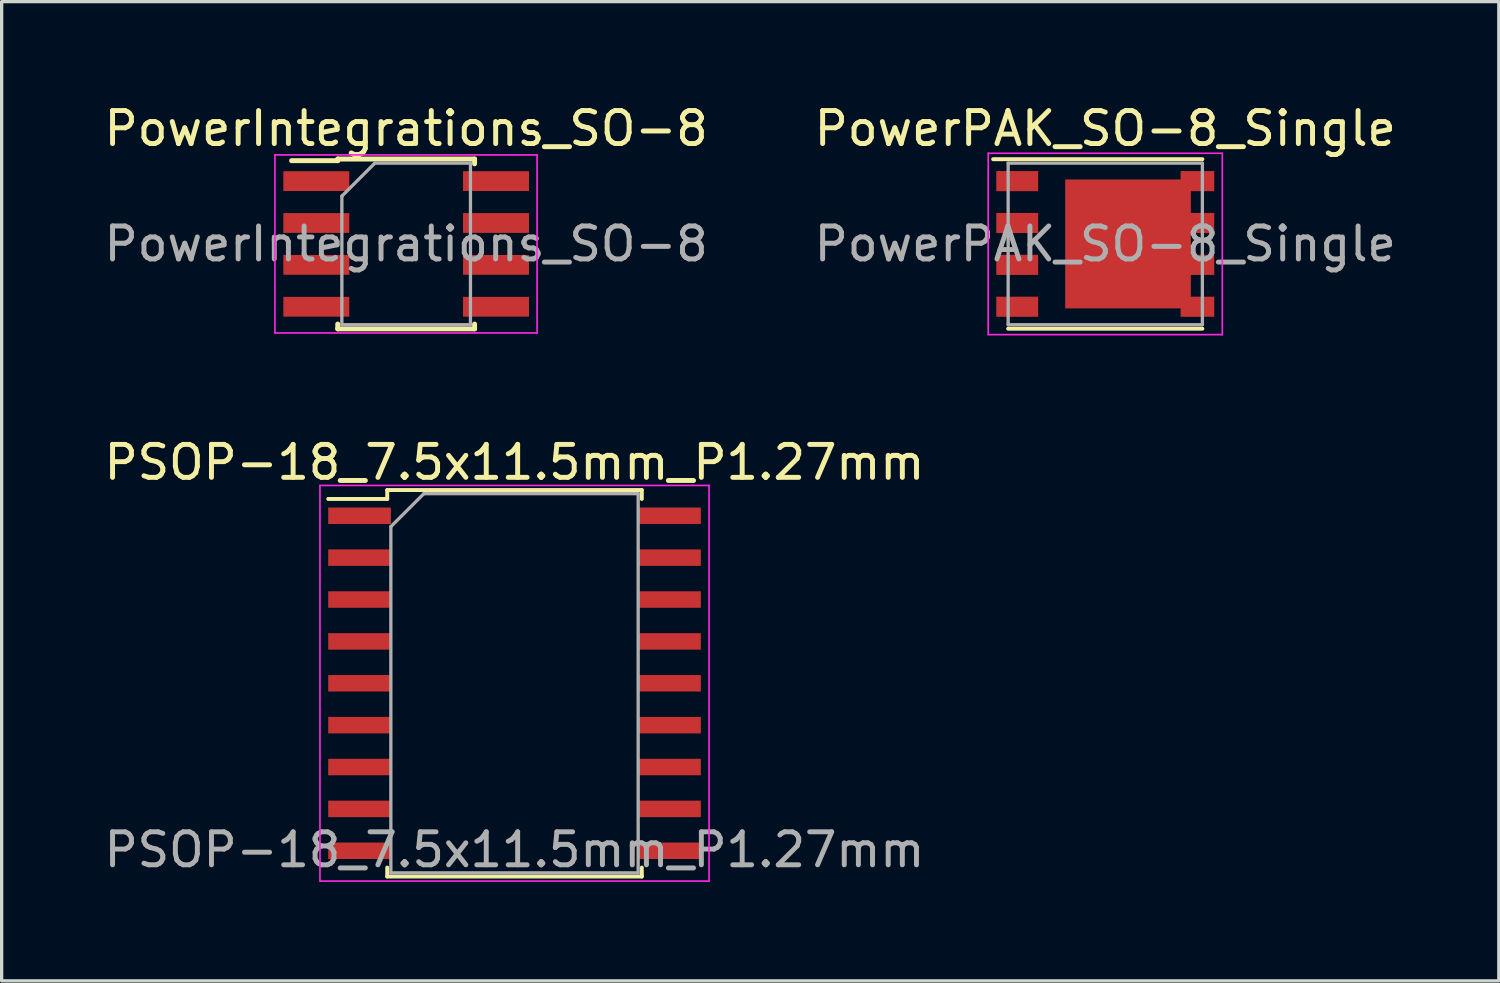
<source format=kicad_pcb>
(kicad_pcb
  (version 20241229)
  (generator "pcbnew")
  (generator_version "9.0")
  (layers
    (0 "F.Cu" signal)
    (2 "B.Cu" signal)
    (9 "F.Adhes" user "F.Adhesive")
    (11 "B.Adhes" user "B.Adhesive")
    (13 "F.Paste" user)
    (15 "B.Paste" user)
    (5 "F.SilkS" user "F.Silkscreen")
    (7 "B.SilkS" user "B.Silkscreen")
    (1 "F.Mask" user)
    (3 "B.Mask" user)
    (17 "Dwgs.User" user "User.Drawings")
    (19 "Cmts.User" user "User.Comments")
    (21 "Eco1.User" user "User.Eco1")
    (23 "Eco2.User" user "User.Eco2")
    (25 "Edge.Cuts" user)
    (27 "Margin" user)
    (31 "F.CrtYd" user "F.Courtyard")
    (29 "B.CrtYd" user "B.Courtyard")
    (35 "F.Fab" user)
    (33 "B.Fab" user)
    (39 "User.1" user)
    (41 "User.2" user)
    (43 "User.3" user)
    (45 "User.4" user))
  (footprint "PowerIntegrations_SO-8"
    (layer "F.Cu")
    (at 9.268 4.348)
    (property "Reference" "PowerIntegrations_SO-8" (at 0 -3.5 0) (layer "F.SilkS") (effects (font (size 1 1) (thickness 0.15))))
    (attr smd)
    (fp_line (start -2.075 -2.575) (end -2.075 -2.525) (stroke (width 0.15) (type solid)) (layer "F.SilkS"))
    (fp_line (start -2.075 -2.575) (end 2.075 -2.575) (stroke (width 0.15) (type solid)) (layer "F.SilkS"))
    (fp_line (start -2.075 -2.525) (end -3.475 -2.525) (stroke (width 0.15) (type solid)) (layer "F.SilkS"))
    (fp_line (start -2.075 2.575) (end -2.075 2.43) (stroke (width 0.15) (type solid)) (layer "F.SilkS"))
    (fp_line (start -2.075 2.575) (end 2.075 2.575) (stroke (width 0.15) (type solid)) (layer "F.SilkS"))
    (fp_line (start 2.075 -2.575) (end 2.075 -2.43) (stroke (width 0.15) (type solid)) (layer "F.SilkS"))
    (fp_line (start 2.075 2.575) (end 2.075 2.43) (stroke (width 0.15) (type solid)) (layer "F.SilkS"))
    (fp_line (start -3.98 -2.7) (end -3.98 2.7) (stroke (width 0.05) (type solid)) (layer "F.CrtYd"))
    (fp_line (start -3.98 -2.7) (end 3.97 -2.7) (stroke (width 0.05) (type solid)) (layer "F.CrtYd"))
    (fp_line (start 3.97 2.7) (end -3.98 2.7) (stroke (width 0.05) (type solid)) (layer "F.CrtYd"))
    (fp_line (start 3.97 2.7) (end 3.97 -2.7) (stroke (width 0.05) (type solid)) (layer "F.CrtYd"))
    (fp_line (start -1.95 -1.45) (end -0.95 -2.45) (stroke (width 0.1) (type solid)) (layer "F.Fab"))
    (fp_line (start -1.95 2.45) (end -1.95 -1.45) (stroke (width 0.1) (type solid)) (layer "F.Fab"))
    (fp_line (start -0.95 -2.45) (end 1.95 -2.45) (stroke (width 0.1) (type solid)) (layer "F.Fab"))
    (fp_line (start 1.95 -2.45) (end 1.95 2.45) (stroke (width 0.1) (type solid)) (layer "F.Fab"))
    (fp_line (start 1.95 2.45) (end -1.95 2.45) (stroke (width 0.1) (type solid)) (layer "F.Fab"))
    (fp_text user "${REFERENCE}" (at 0 0 0) (layer "F.Fab") (effects (font (size 1 1) (thickness 0.15))))
    (pad "1" smd rect (at -2.725 -1.905) (size 2 0.6) (layers "F.Cu" "F.Mask" "F.Paste"))
    (pad "2" smd rect (at -2.725 -0.635) (size 2 0.6) (layers "F.Cu" "F.Mask" "F.Paste"))
    (pad "3" smd rect (at -2.725 0.635) (size 2 0.6) (layers "F.Cu" "F.Mask" "F.Paste"))
    (pad "4" smd rect (at -2.725 1.905) (size 2 0.6) (layers "F.Cu" "F.Mask" "F.Paste"))
    (pad "5" smd rect (at 2.725 1.905) (size 2 0.6) (layers "F.Cu" "F.Mask" "F.Paste"))
    (pad "6" smd rect (at 2.725 0.635) (size 2 0.6) (layers "F.Cu" "F.Mask" "F.Paste"))
    (pad "7" smd rect (at 2.725 -0.635) (size 2 0.6) (layers "F.Cu" "F.Mask" "F.Paste"))
    (pad "8" smd rect (at 2.725 -1.905) (size 2 0.6) (layers "F.Cu" "F.Mask" "F.Paste")))
  (footprint "PowerPAK_SO-8_Single"
    (layer "F.Cu")
    (at 30.47 4.348)
    (property "Reference" "PowerPAK_SO-8_Single" (at 0 -3.5 0) (layer "F.SilkS") (effects (font (size 1 1) (thickness 0.15))))
    (attr smd)
    (fp_line (start -3.4 -2.57) (end 2.945 -2.57) (stroke (width 0.12) (type solid)) (layer "F.SilkS"))
    (fp_line (start -2.945 2.57) (end 2.945 2.57) (stroke (width 0.12) (type solid)) (layer "F.SilkS"))
    (fp_line (start -3.55 -2.75) (end -3.55 2.75) (stroke (width 0.05) (type solid)) (layer "F.CrtYd"))
    (fp_line (start -3.55 -2.75) (end 3.55 -2.75) (stroke (width 0.05) (type solid)) (layer "F.CrtYd"))
    (fp_line (start -3.55 2.75) (end 3.55 2.75) (stroke (width 0.05) (type solid)) (layer "F.CrtYd"))
    (fp_line (start 3.55 -2.75) (end 3.55 2.75) (stroke (width 0.05) (type solid)) (layer "F.CrtYd"))
    (fp_line (start -2.945 -2.45) (end 2.945 -2.45) (stroke (width 0.1) (type solid)) (layer "F.Fab"))
    (fp_line (start -2.945 2.45) (end -2.945 -2.45) (stroke (width 0.1) (type solid)) (layer "F.Fab"))
    (fp_line (start 2.945 -2.45) (end 2.945 2.45) (stroke (width 0.1) (type solid)) (layer "F.Fab"))
    (fp_line (start 2.945 2.45) (end -2.945 2.45) (stroke (width 0.1) (type solid)) (layer "F.Fab"))
    (fp_text user "${REFERENCE}" (at 0 0 0) (layer "F.Fab") (effects (font (size 1 1) (thickness 0.15))))
    (pad "1" smd rect (at -2.67 -1.905) (size 1.27 0.61) (layers "F.Cu" "F.Mask" "F.Paste"))
    (pad "2" smd rect (at -2.67 -0.635) (size 1.27 0.61) (layers "F.Cu" "F.Mask" "F.Paste"))
    (pad "3" smd rect (at -2.67 0.635) (size 1.27 0.61) (layers "F.Cu" "F.Mask" "F.Paste"))
    (pad "4" smd rect (at -2.67 1.905) (size 1.27 0.61) (layers "F.Cu" "F.Mask" "F.Paste"))
    (pad "5" smd rect (at 0.69 0) (size 3.81 3.91) (layers "F.Cu" "F.Mask" "F.Paste"))
    (pad "5" smd rect (at 2.795 -1.905) (size 1.02 0.61) (layers "F.Cu" "F.Mask" "F.Paste"))
    (pad "5" smd rect (at 2.795 -0.635) (size 1.02 0.61) (layers "F.Cu" "F.Mask" "F.Paste"))
    (pad "5" smd rect (at 2.795 0.635) (size 1.02 0.61) (layers "F.Cu" "F.Mask" "F.Paste"))
    (pad "5" smd rect (at 2.795 1.905) (size 1.02 0.61) (layers "F.Cu" "F.Mask" "F.Paste")))
  (footprint "PSOP-18_7.5x11.5mm_P1.27mm"
    (layer "F.Cu")
    (at 12.554 17.672)
    (property "Reference" "PSOP-18_7.5x11.5mm_P1.27mm" (at 0 -6.7 0) (layer "F.SilkS") (effects (font (size 1 1) (thickness 0.15))))
    (attr smd)
    (fp_line (start -5.65 -5.59) (end -3.86 -5.59) (stroke (width 0.12) (type solid)) (layer "F.SilkS"))
    (fp_line (start -3.86 -5.86) (end 3.86 -5.86) (stroke (width 0.12) (type solid)) (layer "F.SilkS"))
    (fp_line (start -3.86 -5.59) (end -3.86 -5.86) (stroke (width 0.12) (type solid)) (layer "F.SilkS"))
    (fp_line (start -3.86 5.59) (end -3.86 5.86) (stroke (width 0.12) (type solid)) (layer "F.SilkS"))
    (fp_line (start -3.86 5.86) (end 3.86 5.86) (stroke (width 0.12) (type solid)) (layer "F.SilkS"))
    (fp_line (start 3.86 -5.86) (end 3.86 -5.59) (stroke (width 0.12) (type solid)) (layer "F.SilkS"))
    (fp_line (start 3.86 5.86) (end 3.86 5.59) (stroke (width 0.12) (type solid)) (layer "F.SilkS"))
    (fp_line (start -5.9 -6) (end 5.9 -6) (stroke (width 0.05) (type solid)) (layer "F.CrtYd"))
    (fp_line (start -5.9 6) (end -5.9 -6) (stroke (width 0.05) (type solid)) (layer "F.CrtYd"))
    (fp_line (start 5.9 -6) (end 5.9 6) (stroke (width 0.05) (type solid)) (layer "F.CrtYd"))
    (fp_line (start 5.9 6) (end -5.9 6) (stroke (width 0.05) (type solid)) (layer "F.CrtYd"))
    (fp_line (start -3.75 -4.75) (end -2.75 -5.75) (stroke (width 0.1) (type solid)) (layer "F.Fab"))
    (fp_line (start -3.75 5.75) (end -3.75 -4.75) (stroke (width 0.1) (type solid)) (layer "F.Fab"))
    (fp_line (start -2.75 -5.75) (end 3.75 -5.75) (stroke (width 0.1) (type solid)) (layer "F.Fab"))
    (fp_line (start 3.75 -5.75) (end 3.75 5.75) (stroke (width 0.1) (type solid)) (layer "F.Fab"))
    (fp_line (start 3.75 5.75) (end -3.75 5.75) (stroke (width 0.1) (type solid)) (layer "F.Fab"))
    (fp_text user "${REFERENCE}" (at 0 5.05 0) (layer "F.Fab") (effects (font (size 1 1) (thickness 0.15))))
    (pad "1" smd rect (at -4.7 -5.08) (size 1.9 0.5) (layers "F.Cu" "F.Mask" "F.Paste"))
    (pad "2" smd rect (at -4.7 -3.81) (size 1.9 0.5) (layers "F.Cu" "F.Mask" "F.Paste"))
    (pad "3" smd rect (at -4.7 -2.54) (size 1.9 0.5) (layers "F.Cu" "F.Mask" "F.Paste"))
    (pad "4" smd rect (at -4.7 -1.27) (size 1.9 0.5) (layers "F.Cu" "F.Mask" "F.Paste"))
    (pad "5" smd rect (at -4.7 0) (size 1.9 0.5) (layers "F.Cu" "F.Mask" "F.Paste"))
    (pad "6" smd rect (at -4.7 1.27) (size 1.9 0.5) (layers "F.Cu" "F.Mask" "F.Paste"))
    (pad "7" smd rect (at -4.7 2.54) (size 1.9 0.5) (layers "F.Cu" "F.Mask" "F.Paste"))
    (pad "8" smd rect (at -4.7 3.81) (size 1.9 0.5) (layers "F.Cu" "F.Mask" "F.Paste"))
    (pad "9" smd rect (at -4.7 5.08) (size 1.9 0.5) (layers "F.Cu" "F.Mask" "F.Paste"))
    (pad "10" smd rect (at 4.7 5.08) (size 1.9 0.5) (layers "F.Cu" "F.Mask" "F.Paste"))
    (pad "11" smd rect (at 4.7 3.81) (size 1.9 0.5) (layers "F.Cu" "F.Mask" "F.Paste"))
    (pad "12" smd rect (at 4.7 2.54) (size 1.9 0.5) (layers "F.Cu" "F.Mask" "F.Paste"))
    (pad "13" smd rect (at 4.7 1.27) (size 1.9 0.5) (layers "F.Cu" "F.Mask" "F.Paste"))
    (pad "14" smd rect (at 4.7 0) (size 1.9 0.5) (layers "F.Cu" "F.Mask" "F.Paste"))
    (pad "15" smd rect (at 4.7 -1.27) (size 1.9 0.5) (layers "F.Cu" "F.Mask" "F.Paste"))
    (pad "16" smd rect (at 4.7 -2.54) (size 1.9 0.5) (layers "F.Cu" "F.Mask" "F.Paste"))
    (pad "17" smd rect (at 4.7 -3.81) (size 1.9 0.5) (layers "F.Cu" "F.Mask" "F.Paste"))
    (pad "18" smd rect (at 4.7 -5.08) (size 1.9 0.5) (layers "F.Cu" "F.Mask" "F.Paste")))
  (gr_rect
    (start -3 -3)
    (end 42.405 26.697)
    (stroke (width 0.1) (type default))
    (fill no)
    (layer "Edge.Cuts")))
</source>
